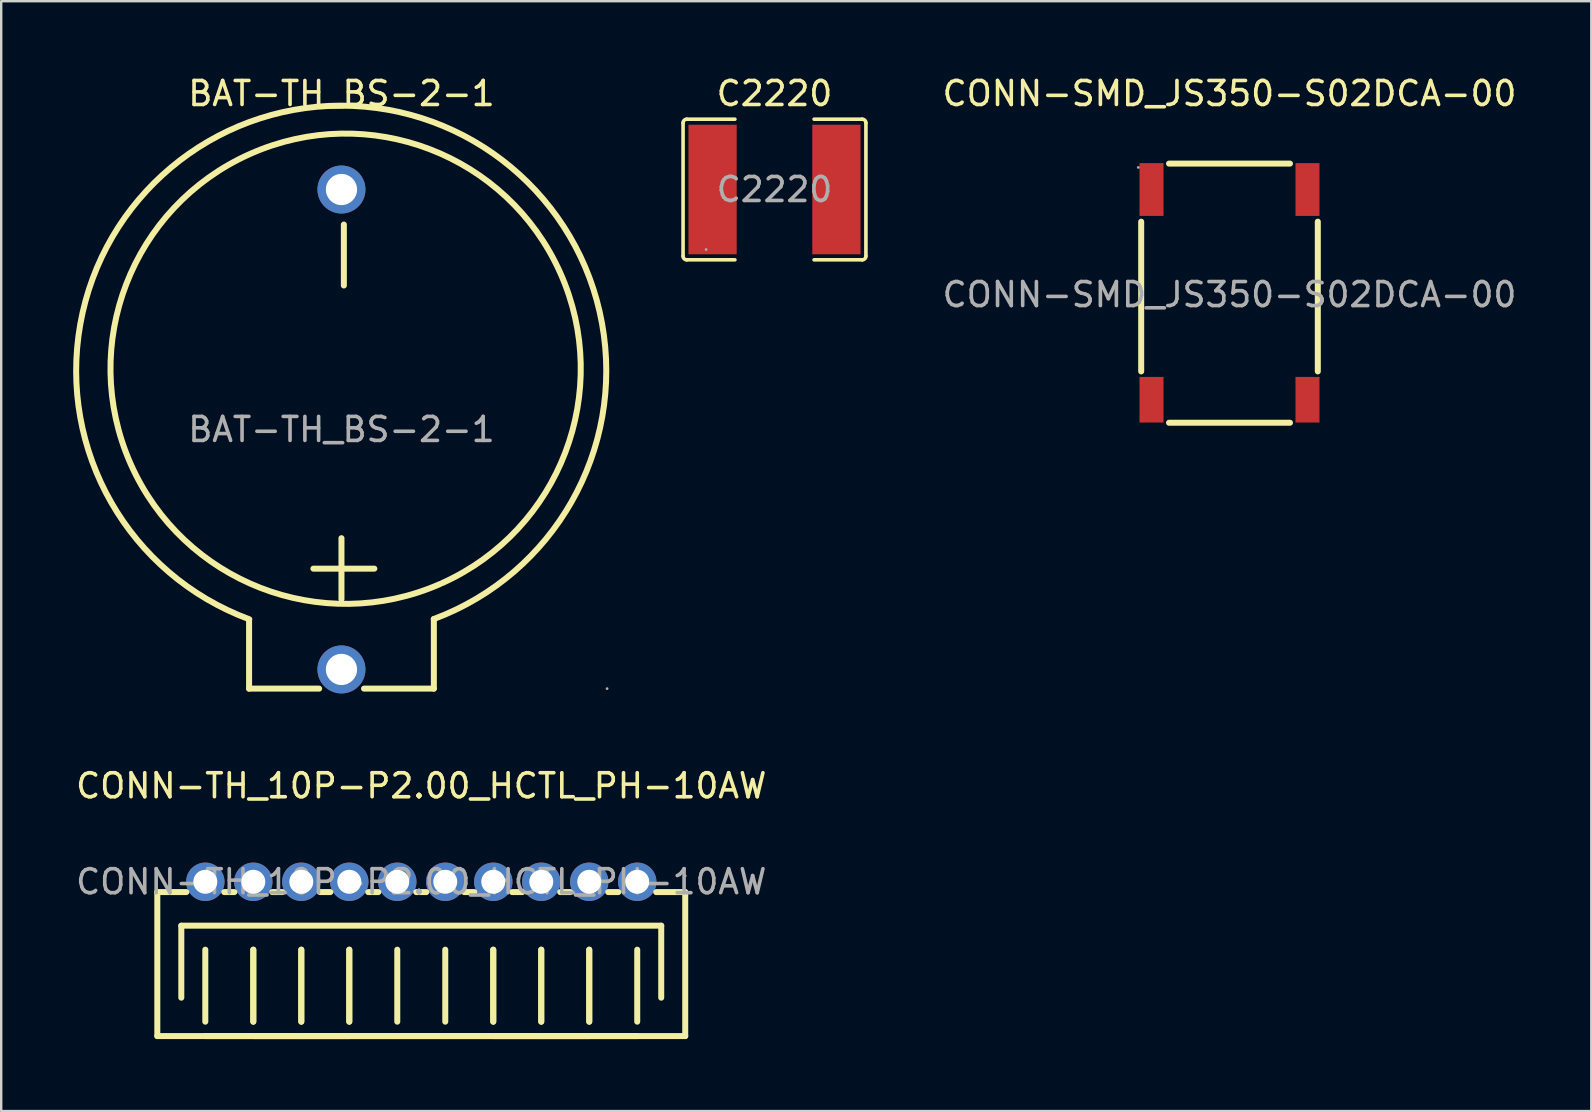
<source format=kicad_pcb>
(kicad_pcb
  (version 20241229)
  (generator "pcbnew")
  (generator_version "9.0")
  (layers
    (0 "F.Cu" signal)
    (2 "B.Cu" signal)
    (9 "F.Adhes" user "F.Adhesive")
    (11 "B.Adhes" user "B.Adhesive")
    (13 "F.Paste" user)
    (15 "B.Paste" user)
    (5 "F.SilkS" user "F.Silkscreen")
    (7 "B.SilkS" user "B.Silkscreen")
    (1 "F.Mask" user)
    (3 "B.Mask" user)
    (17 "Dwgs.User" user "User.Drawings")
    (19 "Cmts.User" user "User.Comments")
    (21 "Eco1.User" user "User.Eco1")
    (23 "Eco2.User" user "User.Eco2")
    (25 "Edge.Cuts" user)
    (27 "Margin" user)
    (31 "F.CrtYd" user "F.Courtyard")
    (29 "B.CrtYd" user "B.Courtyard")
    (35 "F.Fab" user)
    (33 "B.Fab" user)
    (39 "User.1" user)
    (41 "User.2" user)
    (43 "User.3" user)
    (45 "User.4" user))
  (footprint "BAT-TH_BS-2-1"
    (layer "F.Cu")
    (at 11.18 14.848)
    (property "Reference" "BAT-TH_BS-2-1" (at 0 -14 0) (layer "F.SilkS") (effects (font (size 1 1) (thickness 0.15))))
    (attr through_hole)
    (fp_line (start -3.85 10.8) (end -3.85 8) (stroke (width 0.25) (type solid)) (layer "F.SilkS"))
    (fp_line (start -3.85 10.8) (end -0.93 10.8) (stroke (width 0.25) (type solid)) (layer "F.SilkS"))
    (fp_line (start 0 7.07) (end 0 4.53) (stroke (width 0.25) (type solid)) (layer "F.SilkS"))
    (fp_line (start 0.1 -6) (end 0.1 -8.54) (stroke (width 0.25) (type solid)) (layer "F.SilkS"))
    (fp_line (start 0.94 10.8) (end 3.85 10.8) (stroke (width 0.25) (type solid)) (layer "F.SilkS"))
    (fp_line (start 1.37 5.8) (end -1.17 5.8) (stroke (width 0.25) (type solid)) (layer "F.SilkS"))
    (fp_line (start 3.85 10.8) (end 3.85 7.9) (stroke (width 0.25) (type solid)) (layer "F.SilkS"))
    (fp_arc (start -3.84 7.91) (mid -0.024669 -13.495283) (end 3.847505 7.89979) (stroke (width 0.25) (type solid)) (layer "F.SilkS"))
    (fp_arc (start 4.11 6.44) (mid -3.815351 -11.479943) (end 4.200599 6.399657) (stroke (width 0.25) (type solid)) (layer "F.SilkS"))
    (fp_circle (center 11.07 10.8) (end 11.1 10.8) (stroke (width 0.06) (type solid)) (fill no) (layer "F.Fab"))
    (fp_text user "${REFERENCE}" (at 0 0 0) (layer "F.Fab") (effects (font (size 1 1) (thickness 0.15))))
    (pad "1" thru_hole circle (at 0 10 90) (size 2 2) (drill 1.3) (layers "*.Cu" "*.Mask"))
    (pad "2" thru_hole circle (at 0 -10 90) (size 2 2) (drill 1.3) (layers "*.Cu" "*.Mask")))
  (footprint "C2220"
    (layer "F.Cu")
    (at 29.226 4.848)
    (property "Reference" "C2220" (at 0 -4 0) (layer "F.SilkS") (effects (font (size 1 1) (thickness 0.15))))
    (attr smd)
    (fp_line (start -3.81 2.78) (end -3.81 -2.78) (stroke (width 0.15) (type solid)) (layer "F.SilkS"))
    (fp_line (start -3.66 -2.93) (end -1.65 -2.93) (stroke (width 0.15) (type solid)) (layer "F.SilkS"))
    (fp_line (start -1.65 2.93) (end -3.66 2.93) (stroke (width 0.15) (type solid)) (layer "F.SilkS"))
    (fp_line (start 1.65 2.93) (end 3.66 2.93) (stroke (width 0.15) (type solid)) (layer "F.SilkS"))
    (fp_line (start 3.66 -2.93) (end 1.65 -2.93) (stroke (width 0.15) (type solid)) (layer "F.SilkS"))
    (fp_line (start 3.81 2.78) (end 3.81 -2.78) (stroke (width 0.15) (type solid)) (layer "F.SilkS"))
    (fp_arc (start -3.81 -2.78) (mid -3.766066 -2.886066) (end -3.66 -2.93) (stroke (width 0.15) (type solid)) (layer "F.SilkS"))
    (fp_arc (start -3.66 2.93) (mid -3.766066 2.886066) (end -3.81 2.78) (stroke (width 0.15) (type solid)) (layer "F.SilkS"))
    (fp_arc (start 3.66 -2.93) (mid 3.766066 -2.886066) (end 3.81 -2.78) (stroke (width 0.15) (type solid)) (layer "F.SilkS"))
    (fp_arc (start 3.81 2.78) (mid 3.766066 2.886066) (end 3.66 2.93) (stroke (width 0.15) (type solid)) (layer "F.SilkS"))
    (fp_circle (center -2.85 2.5) (end -2.82 2.5) (stroke (width 0.06) (type solid)) (fill no) (layer "F.Fab"))
    (fp_text user "${REFERENCE}" (at 0 0 0) (layer "F.Fab") (effects (font (size 1 1) (thickness 0.15))))
    (pad "1" smd rect (at -2.58 0) (size 2.01 5.4) (layers "F.Cu" "F.Mask" "F.Paste"))
    (pad "2" smd rect (at 2.58 0) (size 2.01 5.4) (layers "F.Cu" "F.Mask" "F.Paste")))
  (footprint "CONN-SMD_JS350-S02DCA-00"
    (layer "F.Cu")
    (at 48.188 9.228)
    (property "Reference" "CONN-SMD_JS350-S02DCA-00" (at 0 -8.38 0) (layer "F.SilkS") (effects (font (size 1 1) (thickness 0.15))))
    (attr smd)
    (fp_line (start -3.68 -3.04) (end -3.68 3.2) (stroke (width 0.25) (type solid)) (layer "F.SilkS"))
    (fp_line (start -2.52 -5.46) (end 2.52 -5.46) (stroke (width 0.25) (type solid)) (layer "F.SilkS"))
    (fp_line (start -2.52 5.34) (end 2.52 5.34) (stroke (width 0.25) (type solid)) (layer "F.SilkS"))
    (fp_line (start 3.68 -3.04) (end 3.68 3.2) (stroke (width 0.25) (type solid)) (layer "F.SilkS"))
    (fp_circle (center -3.8 -5.3) (end -3.77 -5.3) (stroke (width 0.06) (type solid)) (fill no) (layer "F.Fab"))
    (fp_text user "${REFERENCE}" (at 0 0 0) (layer "F.Fab") (effects (font (size 1 1) (thickness 0.15))))
    (pad "1" smd rect (at -3.25 -4.38) (size 1 2.2) (layers "F.Cu" "F.Mask" "F.Paste"))
    (pad "2" smd rect (at 3.25 -4.38) (size 1 2.2) (layers "F.Cu" "F.Mask" "F.Paste"))
    (pad "3" smd rect (at 3.25 4.38) (size 1 1.9) (layers "F.Cu" "F.Mask" "F.Paste"))
    (pad "4" smd rect (at -3.25 4.38) (size 1 1.9) (layers "F.Cu" "F.Mask" "F.Paste")))
  (footprint "CONN-TH_10P-P2.00_HCTL_PH-10AW"
    (layer "F.Cu")
    (at 14.506 33.697)
    (property "Reference" "CONN-TH_10P-P2.00_HCTL_PH-10AW" (at 0 -4 0) (layer "F.SilkS") (effects (font (size 1 1) (thickness 0.15))))
    (attr through_hole)
    (fp_line (start -11 0.43) (end -11 6.43) (stroke (width 0.25) (type solid)) (layer "F.SilkS"))
    (fp_line (start -10 1.83) (end -10 4.83) (stroke (width 0.25) (type solid)) (layer "F.SilkS"))
    (fp_line (start -9.79 0.43) (end -11 0.43) (stroke (width 0.25) (type solid)) (layer "F.SilkS"))
    (fp_line (start -9 5.83) (end -9 2.83) (stroke (width 0.25) (type solid)) (layer "F.SilkS"))
    (fp_line (start -7.79 0.43) (end -8.21 0.43) (stroke (width 0.25) (type solid)) (layer "F.SilkS"))
    (fp_line (start -7 2.83) (end -7 5.83) (stroke (width 0.25) (type solid)) (layer "F.SilkS"))
    (fp_line (start -7 5.83) (end -7 2.83) (stroke (width 0.25) (type solid)) (layer "F.SilkS"))
    (fp_line (start -5.79 0.43) (end -6.21 0.43) (stroke (width 0.25) (type solid)) (layer "F.SilkS"))
    (fp_line (start -5 2.83) (end -5 5.83) (stroke (width 0.25) (type solid)) (layer "F.SilkS"))
    (fp_line (start -5 5.83) (end -5 2.83) (stroke (width 0.25) (type solid)) (layer "F.SilkS"))
    (fp_line (start -5 6.43) (end -11 6.43) (stroke (width 0.25) (type solid)) (layer "F.SilkS"))
    (fp_line (start -3.79 0.43) (end -4.21 0.43) (stroke (width 0.25) (type solid)) (layer "F.SilkS"))
    (fp_line (start -3 2.83) (end -3 5.83) (stroke (width 0.25) (type solid)) (layer "F.SilkS"))
    (fp_line (start -3 5.83) (end -3 2.83) (stroke (width 0.25) (type solid)) (layer "F.SilkS"))
    (fp_line (start -3 6.43) (end -9 6.43) (stroke (width 0.25) (type solid)) (layer "F.SilkS"))
    (fp_line (start -1.79 0.43) (end -2.21 0.43) (stroke (width 0.25) (type solid)) (layer "F.SilkS"))
    (fp_line (start -1 2.83) (end -1 5.83) (stroke (width 0.25) (type solid)) (layer "F.SilkS"))
    (fp_line (start -1 6.43) (end -7 6.43) (stroke (width 0.25) (type solid)) (layer "F.SilkS"))
    (fp_line (start 0.21 0.43) (end -0.21 0.43) (stroke (width 0.25) (type solid)) (layer "F.SilkS"))
    (fp_line (start 1 5.83) (end 1 2.83) (stroke (width 0.25) (type solid)) (layer "F.SilkS"))
    (fp_line (start 1 6.43) (end -5 6.43) (stroke (width 0.25) (type solid)) (layer "F.SilkS"))
    (fp_line (start 2.21 0.43) (end 1.79 0.43) (stroke (width 0.25) (type solid)) (layer "F.SilkS"))
    (fp_line (start 3 2.83) (end 3 5.83) (stroke (width 0.25) (type solid)) (layer "F.SilkS"))
    (fp_line (start 3 5.83) (end 3 2.83) (stroke (width 0.25) (type solid)) (layer "F.SilkS"))
    (fp_line (start 4.21 0.43) (end 3.79 0.43) (stroke (width 0.25) (type solid)) (layer "F.SilkS"))
    (fp_line (start 5 2.83) (end 5 5.83) (stroke (width 0.25) (type solid)) (layer "F.SilkS"))
    (fp_line (start 5 5.83) (end 5 2.83) (stroke (width 0.25) (type solid)) (layer "F.SilkS"))
    (fp_line (start 5 6.43) (end -1 6.43) (stroke (width 0.25) (type solid)) (layer "F.SilkS"))
    (fp_line (start 6.21 0.43) (end 5.79 0.43) (stroke (width 0.25) (type solid)) (layer "F.SilkS"))
    (fp_line (start 7 2.83) (end 7 5.83) (stroke (width 0.25) (type solid)) (layer "F.SilkS"))
    (fp_line (start 7 5.83) (end 7 2.83) (stroke (width 0.25) (type solid)) (layer "F.SilkS"))
    (fp_line (start 7 6.43) (end 1 6.43) (stroke (width 0.25) (type solid)) (layer "F.SilkS"))
    (fp_line (start 8.21 0.43) (end 7.79 0.43) (stroke (width 0.25) (type solid)) (layer "F.SilkS"))
    (fp_line (start 9 2.83) (end 9 5.83) (stroke (width 0.25) (type solid)) (layer "F.SilkS"))
    (fp_line (start 9 6.43) (end 3 6.43) (stroke (width 0.25) (type solid)) (layer "F.SilkS"))
    (fp_line (start 10 1.83) (end -10 1.83) (stroke (width 0.25) (type solid)) (layer "F.SilkS"))
    (fp_line (start 10 4.83) (end 10 1.83) (stroke (width 0.25) (type solid)) (layer "F.SilkS"))
    (fp_line (start 11 0.43) (end 9.79 0.43) (stroke (width 0.25) (type solid)) (layer "F.SilkS"))
    (fp_line (start 11 0.43) (end 11 6.43) (stroke (width 0.25) (type solid)) (layer "F.SilkS"))
    (fp_line (start 11 6.43) (end 5 6.43) (stroke (width 0.25) (type solid)) (layer "F.SilkS"))
    (fp_circle (center 11 -0.25) (end 11.03 -0.25) (stroke (width 0.06) (type solid)) (fill no) (layer "F.Fab"))
    (fp_text user "${REFERENCE}" (at 0 0 0) (layer "F.Fab") (effects (font (size 1 1) (thickness 0.15))))
    (pad "1" thru_hole circle (at 9 0 180) (size 1.6 1.6) (drill 1) (layers "*.Cu" "*.Mask"))
    (pad "2" thru_hole circle (at 7 0 180) (size 1.6 1.6) (drill 1) (layers "*.Cu" "*.Mask"))
    (pad "3" thru_hole circle (at 5 0 180) (size 1.6 1.6) (drill 1) (layers "*.Cu" "*.Mask"))
    (pad "4" thru_hole circle (at 3 0 180) (size 1.6 1.6) (drill 1) (layers "*.Cu" "*.Mask"))
    (pad "5" thru_hole circle (at 1 0 180) (size 1.6 1.6) (drill 1) (layers "*.Cu" "*.Mask"))
    (pad "6" thru_hole circle (at -1 0 180) (size 1.6 1.6) (drill 1) (layers "*.Cu" "*.Mask"))
    (pad "7" thru_hole circle (at -3 0 180) (size 1.6 1.6) (drill 1) (layers "*.Cu" "*.Mask"))
    (pad "8" thru_hole circle (at -5 0 180) (size 1.6 1.6) (drill 1) (layers "*.Cu" "*.Mask"))
    (pad "9" thru_hole circle (at -7 0 180) (size 1.6 1.6) (drill 1) (layers "*.Cu" "*.Mask"))
    (pad "10" thru_hole circle (at -9 0 180) (size 1.6 1.6) (drill 1) (layers "*.Cu" "*.Mask")))
  (gr_rect
    (start -3 -3)
    (end 63.265 43.252)
    (stroke (width 0.1) (type default))
    (fill no)
    (layer "Edge.Cuts")))
</source>
